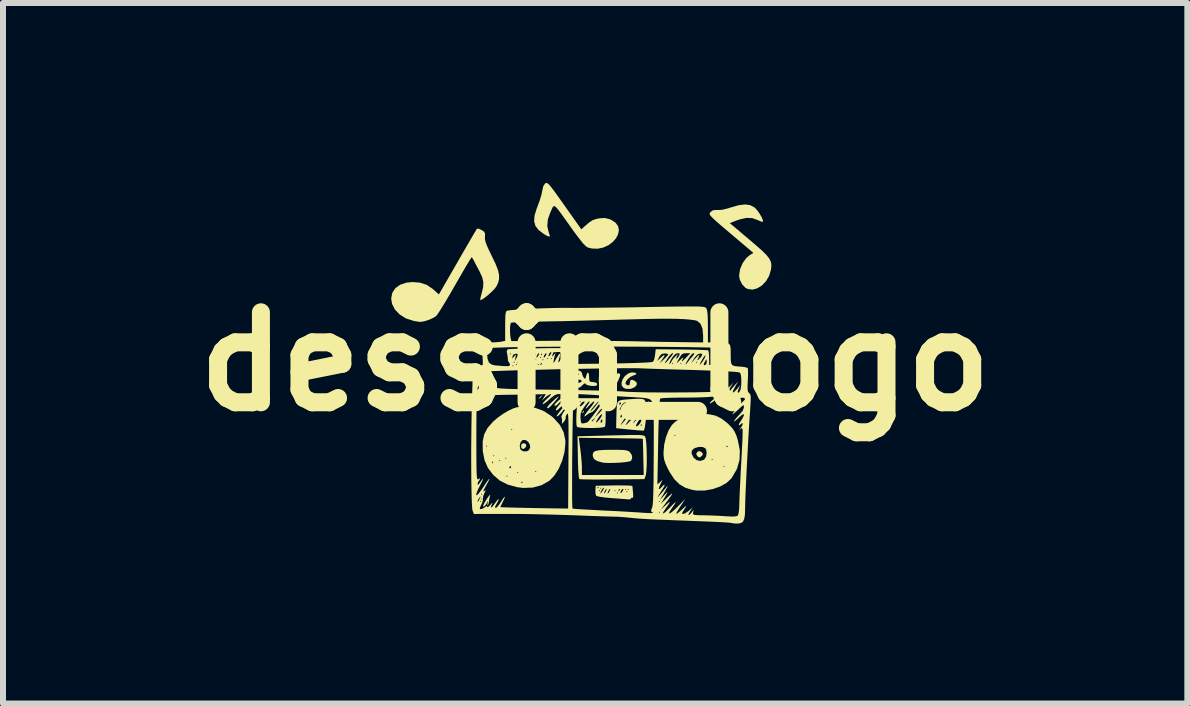
<source format=kicad_pcb>
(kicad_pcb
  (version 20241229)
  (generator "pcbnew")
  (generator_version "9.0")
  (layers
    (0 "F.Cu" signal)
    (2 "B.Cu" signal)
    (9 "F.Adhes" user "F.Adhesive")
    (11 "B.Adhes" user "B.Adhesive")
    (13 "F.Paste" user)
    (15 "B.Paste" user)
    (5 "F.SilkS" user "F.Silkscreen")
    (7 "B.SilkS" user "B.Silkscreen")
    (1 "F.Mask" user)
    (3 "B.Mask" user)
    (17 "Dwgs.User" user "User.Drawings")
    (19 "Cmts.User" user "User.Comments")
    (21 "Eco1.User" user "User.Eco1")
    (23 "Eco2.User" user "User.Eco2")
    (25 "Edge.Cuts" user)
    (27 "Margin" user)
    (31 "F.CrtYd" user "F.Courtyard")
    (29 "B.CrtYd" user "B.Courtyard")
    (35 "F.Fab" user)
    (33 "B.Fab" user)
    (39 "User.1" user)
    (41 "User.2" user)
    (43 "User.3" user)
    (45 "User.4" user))
  (footprint "dessin_logo"
    (layer "F.Cu")
    (at 6.871 2.978)
    (property "Reference" "dessin_logo" (at 0 0 0) (layer "F.SilkS") (effects (font (size 1.5 1.5) (thickness 0.3))))
    (attr board_only exclude_from_pos_files exclude_from_bom)
    (fp_poly (pts (xy 2.2 0.43) (xy 2.19 0.44) (xy 2.18 0.43) (xy 2.19 0.42)) (stroke (width 0) (type solid)) (fill yes) (layer "F.SilkS"))
    (fp_poly (pts (xy -0.886 0.571) (xy -0.897 0.585) (xy -0.927 0.616) (xy -0.94 0.616) (xy -0.94 0.612) (xy -0.926 0.596) (xy -0.905 0.577) (xy -0.881 0.56)) (stroke (width 0) (type solid)) (fill yes) (layer "F.SilkS"))
    (fp_poly (pts (xy -0.186 0.833) (xy -0.19 0.84) (xy -0.209 0.859) (xy -0.212 0.86) (xy -0.214 0.847) (xy -0.21 0.84) (xy -0.191 0.821) (xy -0.188 0.82)) (stroke (width 0) (type solid)) (fill yes) (layer "F.SilkS"))
    (fp_poly (pts (xy 2.134 0.433) (xy 2.13 0.44) (xy 2.111 0.459) (xy 2.108 0.46) (xy 2.106 0.447) (xy 2.11 0.44) (xy 2.129 0.421) (xy 2.132 0.42)) (stroke (width 0) (type solid)) (fill yes) (layer "F.SilkS"))
    (fp_poly (pts (xy -1.155 1.374) (xy -1.148 1.407) (xy -1.161 1.431) (xy -1.196 1.458) (xy -1.224 1.447) (xy -1.232 1.431) (xy -1.233 1.388) (xy -1.206 1.362) (xy -1.19 1.36)) (stroke (width 0) (type solid)) (fill yes) (layer "F.SilkS"))
    (fp_poly (pts (xy 2.115 0.629) (xy 2.099 0.651) (xy 2.063 0.677) (xy 2.054 0.683) (xy 2.024 0.697) (xy 2.024 0.691) (xy 2.048 0.663) (xy 2.082 0.632) (xy 2.104 0.62)) (stroke (width 0) (type solid)) (fill yes) (layer "F.SilkS"))
    (fp_poly (pts (xy -0.53 0.605) (xy -0.569 0.653) (xy -0.598 0.685) (xy -0.638 0.724) (xy -0.667 0.739) (xy -0.678 0.73) (xy -0.676 0.717) (xy -0.657 0.692) (xy -0.616 0.653) (xy -0.579 0.622) (xy -0.535 0.589) (xy -0.518 0.583)) (stroke (width 0) (type solid)) (fill yes) (layer "F.SilkS"))
    (fp_poly (pts (xy 1.76 1.5) (xy 1.77 1.508) (xy 1.796 1.533) (xy 1.789 1.559) (xy 1.782 1.568) (xy 1.748 1.597) (xy 1.718 1.589) (xy 1.699 1.569) (xy 1.684 1.538) (xy 1.702 1.509) (xy 1.703 1.509) (xy 1.73 1.49)) (stroke (width 0) (type solid)) (fill yes) (layer "F.SilkS"))
    (fp_poly (pts (xy -1.83 0.315) (xy -1.849 0.353) (xy -1.862 0.375) (xy -1.904 0.442) (xy -1.93 0.476) (xy -1.94 0.475) (xy -1.94 0.474) (xy -1.93 0.448) (xy -1.906 0.406) (xy -1.876 0.358) (xy -1.847 0.319) (xy -1.829 0.3) (xy -1.828 0.3)) (stroke (width 0) (type solid)) (fill yes) (layer "F.SilkS"))
    (fp_poly (pts (xy 0.093 0.217) (xy 0.106 0.26) (xy 0.113 0.312) (xy 0.114 0.358) (xy 0.106 0.382) (xy 0.08 0.391) (xy 0.074 0.387) (xy 0.064 0.36) (xy 0.06 0.313) (xy 0.062 0.26) (xy 0.068 0.218) (xy 0.078 0.2) (xy 0.078 0.2)) (stroke (width 0) (type solid)) (fill yes) (layer "F.SilkS"))
    (fp_poly (pts (xy -0.615 0.594) (xy -0.642 0.63) (xy -0.684 0.68) (xy -0.684 0.68) (xy -0.741 0.743) (xy -0.778 0.775) (xy -0.797 0.776) (xy -0.8 0.763) (xy -0.786 0.742) (xy -0.752 0.704) (xy -0.707 0.66) (xy -0.662 0.618) (xy -0.625 0.589) (xy -0.609 0.58)) (stroke (width 0) (type solid)) (fill yes) (layer "F.SilkS"))
    (fp_poly (pts (xy -1.75 2.229) (xy -1.75 2.23) (xy -1.763 2.281) (xy -1.769 2.325) (xy -1.778 2.371) (xy -1.789 2.395) (xy -1.797 2.39) (xy -1.792 2.36) (xy -1.784 2.328) (xy -1.789 2.329) (xy -1.809 2.364) (xy -1.81 2.365) (xy -1.837 2.403) (xy -1.861 2.42) (xy -1.861 2.42) (xy -1.867 2.405) (xy -1.853 2.369) (xy -1.851 2.365) (xy -1.822 2.315) (xy -1.792 2.269) (xy -1.766 2.234) (xy -1.75 2.219)) (stroke (width 0) (type solid)) (fill yes) (layer "F.SilkS"))
    (fp_poly (pts (xy 0.406 1.471) (xy 0.477 1.474) (xy 0.524 1.481) (xy 0.556 1.492) (xy 0.578 1.508) (xy 0.611 1.557) (xy 0.618 1.61) (xy 0.598 1.653) (xy 0.595 1.656) (xy 0.563 1.666) (xy 0.501 1.676) (xy 0.42 1.684) (xy 0.331 1.688) (xy 0.244 1.69) (xy 0.169 1.688) (xy 0.12 1.682) (xy 0.034 1.657) (xy -0.017 1.625) (xy -0.038 1.58) (xy -0.04 1.56) (xy -0.036 1.527) (xy -0.019 1.503) (xy 0.016 1.487) (xy 0.074 1.477) (xy 0.161 1.472) (xy 0.281 1.47) (xy 0.303 1.47)) (stroke (width 0) (type solid)) (fill yes) (layer "F.SilkS"))
    (fp_poly (pts (xy 0.392 0.193) (xy 0.412 0.205) (xy 0.418 0.224) (xy 0.408 0.259) (xy 0.382 0.322) (xy 0.379 0.327) (xy 0.348 0.389) (xy 0.323 0.415) (xy 0.298 0.408) (xy 0.273 0.379) (xy 0.246 0.353) (xy 0.231 0.359) (xy 0.201 0.378) (xy 0.187 0.38) (xy 0.167 0.372) (xy 0.164 0.343) (xy 0.169 0.305) (xy 0.186 0.24) (xy 0.205 0.213) (xy 0.229 0.226) (xy 0.249 0.258) (xy 0.272 0.299) (xy 0.288 0.32) (xy 0.29 0.32) (xy 0.303 0.304) (xy 0.325 0.264) (xy 0.331 0.251) (xy 0.362 0.204) (xy 0.391 0.193)) (stroke (width 0) (type solid)) (fill yes) (layer "F.SilkS"))
    (fp_poly (pts (xy 0.669 0.186) (xy 0.688 0.201) (xy 0.673 0.219) (xy 0.64 0.23) (xy 0.592 0.252) (xy 0.546 0.289) (xy 0.514 0.331) (xy 0.506 0.367) (xy 0.506 0.368) (xy 0.53 0.391) (xy 0.547 0.396) (xy 0.572 0.39) (xy 0.58 0.351) (xy 0.588 0.311) (xy 0.615 0.302) (xy 0.661 0.321) (xy 0.695 0.354) (xy 0.691 0.393) (xy 0.656 0.429) (xy 0.587 0.456) (xy 0.512 0.453) (xy 0.475 0.438) (xy 0.444 0.401) (xy 0.44 0.35) (xy 0.46 0.293) (xy 0.497 0.24) (xy 0.548 0.2) (xy 0.607 0.18) (xy 0.617 0.18)) (stroke (width 0) (type solid)) (fill yes) (layer "F.SilkS"))
    (fp_poly (pts (xy 0.716 1.223) (xy 0.765 1.226) (xy 0.798 1.23) (xy 0.817 1.237) (xy 0.83 1.247) (xy 0.834 1.252) (xy 0.844 1.285) (xy 0.852 1.35) (xy 0.857 1.436) (xy 0.86 1.536) (xy 0.861 1.64) (xy 0.859 1.739) (xy 0.854 1.824) (xy 0.846 1.886) (xy 0.841 1.908) (xy 0.821 1.959) (xy 0.289 1.964) (xy 0.146 1.965) (xy 0.017 1.966) (xy -0.094 1.965) (xy -0.182 1.963) (xy -0.24 1.961) (xy -0.263 1.958) (xy -0.27 1.935) (xy -0.276 1.878) (xy -0.282 1.793) (xy -0.286 1.687) (xy -0.288 1.596) (xy -0.293 1.27) (xy -0.272 1.27) (xy -0.247 1.46) (xy -0.235 1.56) (xy -0.226 1.662) (xy -0.221 1.748) (xy -0.221 1.77) (xy -0.22 1.89) (xy 0.295 1.89) (xy 0.81 1.89) (xy 0.803 1.59) (xy 0.801 1.485) (xy 0.798 1.396) (xy 0.796 1.329) (xy 0.794 1.292) (xy 0.793 1.286) (xy 0.772 1.285) (xy 0.717 1.283) (xy 0.633 1.281) (xy 0.524 1.28) (xy 0.396 1.278) (xy 0.258 1.276) (xy -0.272 1.27) (xy -0.293 1.27) (xy -0.293 1.245) (xy 0.257 1.231) (xy 0.421 1.227) (xy 0.548 1.224) (xy 0.645 1.223)) (stroke (width 0) (type solid)) (fill yes) (layer "F.SilkS"))
    (fp_poly (pts (xy 2.585 -2.608) (xy 2.656 -2.57) (xy 2.666 -2.561) (xy 2.705 -2.518) (xy 2.744 -2.463) (xy 2.776 -2.407) (xy 2.796 -2.359) (xy 2.798 -2.331) (xy 2.797 -2.33) (xy 2.775 -2.333) (xy 2.731 -2.35) (xy 2.709 -2.36) (xy 2.619 -2.392) (xy 2.523 -2.396) (xy 2.412 -2.371) (xy 2.364 -2.355) (xy 2.244 -2.309) (xy 2.571 -2.033) (xy 2.691 -1.931) (xy 2.783 -1.849) (xy 2.85 -1.783) (xy 2.896 -1.727) (xy 2.923 -1.679) (xy 2.936 -1.632) (xy 2.937 -1.583) (xy 2.931 -1.534) (xy 2.901 -1.431) (xy 2.849 -1.341) (xy 2.781 -1.27) (xy 2.704 -1.222) (xy 2.624 -1.2) (xy 2.546 -1.21) (xy 2.504 -1.231) (xy 2.448 -1.291) (xy 2.41 -1.371) (xy 2.4 -1.436) (xy 2.416 -1.54) (xy 2.459 -1.642) (xy 2.522 -1.729) (xy 2.582 -1.778) (xy 2.638 -1.812) (xy 2.3 -2.098) (xy 2.177 -2.203) (xy 2.081 -2.284) (xy 2.01 -2.347) (xy 1.96 -2.393) (xy 1.928 -2.426) (xy 1.912 -2.449) (xy 1.908 -2.466) (xy 1.913 -2.48) (xy 1.925 -2.494) (xy 1.928 -2.498) (xy 1.967 -2.524) (xy 2.024 -2.528) (xy 2.036 -2.527) (xy 2.113 -2.53) (xy 2.217 -2.555) (xy 2.259 -2.569) (xy 2.392 -2.607) (xy 2.499 -2.62)) (stroke (width 0) (type solid)) (fill yes) (layer "F.SilkS"))
    (fp_poly (pts (xy -0.264 0.151) (xy -0.229 0.173) (xy -0.219 0.195) (xy -0.207 0.239) (xy -0.191 0.266) (xy -0.172 0.288) (xy -0.16 0.279) (xy -0.15 0.241) (xy -0.134 0.193) (xy -0.117 0.183) (xy -0.104 0.209) (xy -0.1 0.26) (xy -0.098 0.311) (xy -0.085 0.334) (xy -0.053 0.34) (xy -0.041 0.34) (xy 0.006 0.348) (xy 0.034 0.367) (xy 0.033 0.389) (xy 0.023 0.398) (xy -0.013 0.407) (xy -0.064 0.405) (xy -0.115 0.396) (xy -0.152 0.381) (xy -0.16 0.369) (xy -0.171 0.361) (xy -0.202 0.384) (xy -0.209 0.391) (xy -0.248 0.426) (xy -0.279 0.436) (xy -0.32 0.425) (xy -0.335 0.419) (xy -0.36 0.405) (xy -0.372 0.381) (xy -0.374 0.336) (xy -0.373 0.322) (xy -0.329 0.322) (xy -0.327 0.331) (xy -0.301 0.353) (xy -0.262 0.354) (xy -0.23 0.335) (xy -0.225 0.325) (xy -0.235 0.306) (xy -0.278 0.3) (xy -0.32 0.305) (xy -0.329 0.322) (xy -0.373 0.322) (xy -0.371 0.288) (xy -0.364 0.223) (xy -0.363 0.22) (xy -0.34 0.22) (xy -0.327 0.239) (xy -0.291 0.227) (xy -0.28 0.22) (xy -0.264 0.205) (xy -0.284 0.201) (xy -0.295 0.2) (xy -0.33 0.208) (xy -0.34 0.22) (xy -0.363 0.22) (xy -0.352 0.173) (xy -0.343 0.155) (xy -0.308 0.143)) (stroke (width 0) (type solid)) (fill yes) (layer "F.SilkS"))
    (fp_poly (pts (xy -0.801 -2.976) (xy -0.781 -2.963) (xy -0.754 -2.935) (xy -0.716 -2.887) (xy -0.664 -2.818) (xy -0.596 -2.722) (xy -0.51 -2.601) (xy -0.23 -2.205) (xy -0.157 -2.271) (xy -0.091 -2.326) (xy -0.036 -2.36) (xy 0.024 -2.379) (xy 0.083 -2.39) (xy 0.163 -2.394) (xy 0.238 -2.375) (xy 0.264 -2.365) (xy 0.34 -2.316) (xy 0.383 -2.257) (xy 0.396 -2.19) (xy 0.382 -2.121) (xy 0.346 -2.053) (xy 0.29 -1.991) (xy 0.219 -1.939) (xy 0.135 -1.901) (xy 0.043 -1.882) (xy -0.054 -1.885) (xy -0.125 -1.903) (xy -0.158 -1.926) (xy -0.206 -1.976) (xy -0.27 -2.056) (xy -0.353 -2.167) (xy -0.403 -2.237) (xy -0.491 -2.361) (xy -0.559 -2.456) (xy -0.609 -2.523) (xy -0.645 -2.567) (xy -0.671 -2.589) (xy -0.69 -2.592) (xy -0.705 -2.578) (xy -0.719 -2.55) (xy -0.736 -2.511) (xy -0.743 -2.498) (xy -0.788 -2.372) (xy -0.798 -2.259) (xy -0.773 -2.153) (xy -0.771 -2.149) (xy -0.756 -2.103) (xy -0.762 -2.084) (xy -0.793 -2.091) (xy -0.852 -2.125) (xy -0.858 -2.129) (xy -0.942 -2.193) (xy -0.995 -2.261) (xy -1.017 -2.34) (xy -1.01 -2.435) (xy -0.974 -2.552) (xy -0.957 -2.597) (xy -0.925 -2.683) (xy -0.898 -2.771) (xy -0.883 -2.841) (xy -0.882 -2.848) (xy -0.864 -2.926) (xy -0.833 -2.97) (xy -0.83 -2.972) (xy -0.816 -2.978)) (stroke (width 0) (type solid)) (fill yes) (layer "F.SilkS"))
    (fp_poly (pts (xy -1.938 -2.215) (xy -1.895 -2.194) (xy -1.852 -2.167) (xy -1.836 -2.136) (xy -1.836 -2.084) (xy -1.837 -2.081) (xy -1.837 -2.041) (xy -1.827 -1.996) (xy -1.806 -1.938) (xy -1.771 -1.859) (xy -1.722 -1.759) (xy -1.661 -1.632) (xy -1.621 -1.53) (xy -1.602 -1.448) (xy -1.601 -1.378) (xy -1.618 -1.312) (xy -1.645 -1.255) (xy -1.675 -1.215) (xy -1.721 -1.167) (xy -1.776 -1.117) (xy -1.831 -1.072) (xy -1.878 -1.04) (xy -1.909 -1.026) (xy -1.915 -1.028) (xy -1.914 -1.05) (xy -1.903 -1.098) (xy -1.891 -1.142) (xy -1.867 -1.241) (xy -1.864 -1.324) (xy -1.882 -1.405) (xy -1.925 -1.499) (xy -1.933 -1.514) (xy -1.971 -1.586) (xy -2.004 -1.649) (xy -2.026 -1.692) (xy -2.028 -1.695) (xy -2.048 -1.729) (xy -2.06 -1.739) (xy -2.072 -1.722) (xy -2.101 -1.675) (xy -2.145 -1.602) (xy -2.2 -1.508) (xy -2.264 -1.397) (xy -2.335 -1.274) (xy -2.336 -1.272) (xy -2.409 -1.145) (xy -2.477 -1.029) (xy -2.539 -0.927) (xy -2.59 -0.845) (xy -2.628 -0.788) (xy -2.649 -0.761) (xy -2.698 -0.729) (xy -2.769 -0.697) (xy -2.844 -0.673) (xy -2.907 -0.662) (xy -2.918 -0.662) (xy -2.957 -0.667) (xy -3.016 -0.677) (xy -3.033 -0.681) (xy -3.154 -0.72) (xy -3.257 -0.784) (xy -3.336 -0.866) (xy -3.385 -0.961) (xy -3.4 -1.051) (xy -3.382 -1.146) (xy -3.33 -1.224) (xy -3.249 -1.282) (xy -3.143 -1.317) (xy -3.04 -1.326) (xy -2.913 -1.315) (xy -2.807 -1.279) (xy -2.709 -1.213) (xy -2.685 -1.192) (xy -2.605 -1.12) (xy -2.302 -1.645) (xy -2.226 -1.778) (xy -2.155 -1.9) (xy -2.093 -2.007) (xy -2.042 -2.095) (xy -2.004 -2.159) (xy -1.983 -2.195) (xy -1.98 -2.2) (xy -1.963 -2.217)) (stroke (width 0) (type solid)) (fill yes) (layer "F.SilkS"))
    (fp_poly (pts (xy 1.895 0.877) (xy 2.004 0.9) (xy 2.099 0.945) (xy 2.193 1.016) (xy 2.237 1.057) (xy 2.29 1.114) (xy 2.326 1.169) (xy 2.356 1.237) (xy 2.378 1.308) (xy 2.412 1.479) (xy 2.407 1.638) (xy 2.364 1.789) (xy 2.282 1.931) (xy 2.269 1.95) (xy 2.191 2.022) (xy 2.085 2.082) (xy 1.96 2.125) (xy 1.827 2.149) (xy 1.695 2.15) (xy 1.627 2.14) (xy 1.506 2.104) (xy 1.407 2.046) (xy 1.322 1.963) (xy 1.245 1.847) (xy 1.212 1.785) (xy 1.196 1.75) (xy 2.14 1.75) (xy 2.15 1.76) (xy 2.16 1.75) (xy 2.15 1.74) (xy 2.14 1.75) (xy 1.196 1.75) (xy 1.173 1.701) (xy 1.151 1.634) (xy 1.141 1.567) (xy 1.141 1.532) (xy 1.608 1.532) (xy 1.61 1.537) (xy 1.641 1.601) (xy 1.691 1.642) (xy 1.751 1.656) (xy 1.809 1.638) (xy 1.819 1.63) (xy 1.94 1.63) (xy 1.95 1.64) (xy 1.96 1.63) (xy 1.95 1.62) (xy 1.94 1.63) (xy 1.819 1.63) (xy 1.823 1.627) (xy 1.85 1.582) (xy 1.859 1.522) (xy 1.85 1.466) (xy 1.836 1.444) (xy 1.792 1.424) (xy 1.73 1.422) (xy 1.668 1.439) (xy 1.643 1.452) (xy 1.61 1.487) (xy 1.608 1.532) (xy 1.141 1.532) (xy 1.14 1.513) (xy 1.149 1.407) (xy 2.187 1.407) (xy 2.189 1.419) (xy 2.2 1.42) (xy 2.216 1.413) (xy 2.213 1.407) (xy 2.19 1.404) (xy 2.187 1.407) (xy 1.149 1.407) (xy 1.151 1.385) (xy 1.181 1.257) (xy 1.192 1.23) (xy 1.32 1.23) (xy 1.33 1.24) (xy 1.34 1.23) (xy 1.33 1.22) (xy 1.32 1.23) (xy 1.192 1.23) (xy 1.226 1.142) (xy 1.28 1.056) (xy 1.332 1.006) (xy 1.404 0.955) (xy 1.455 0.926) (xy 1.516 0.899) (xy 1.57 0.882) (xy 1.631 0.873) (xy 1.712 0.87) (xy 1.76 0.87)) (stroke (width 0) (type solid)) (fill yes) (layer "F.SilkS"))
    (fp_poly (pts (xy -1.158 0.753) (xy -0.999 0.771) (xy -0.858 0.823) (xy -0.726 0.91) (xy -0.69 0.942) (xy -0.588 1.056) (xy -0.525 1.178) (xy -0.497 1.311) (xy -0.496 1.36) (xy -0.51 1.505) (xy -0.549 1.651) (xy -0.607 1.786) (xy -0.68 1.901) (xy -0.764 1.987) (xy -0.764 1.987) (xy -0.892 2.06) (xy -1.039 2.1) (xy -1.201 2.106) (xy -1.3 2.093) (xy -1.46 2.049) (xy -1.542 2.007) (xy -1.233 2.007) (xy -1.231 2.019) (xy -1.22 2.02) (xy -1.204 2.013) (xy -1.207 2.007) (xy -1.23 2.004) (xy -1.233 2.007) (xy -1.542 2.007) (xy -1.593 1.981) (xy -1.674 1.91) (xy -1.48 1.91) (xy -1.47 1.92) (xy -1.46 1.91) (xy -1.47 1.9) (xy -1.48 1.91) (xy -1.674 1.91) (xy -1.7 1.888) (xy -1.729 1.85) (xy -1.3 1.85) (xy -1.29 1.86) (xy -1.28 1.85) (xy -1.29 1.84) (xy -1.3 1.85) (xy -1.729 1.85) (xy -1.744 1.83) (xy -1 1.83) (xy -0.99 1.84) (xy -0.98 1.83) (xy -0.99 1.82) (xy -1 1.83) (xy -1.744 1.83) (xy -1.787 1.772) (xy -1.793 1.76) (xy -1.43 1.76) (xy -1.428 1.778) (xy -1.421 1.78) (xy -1.401 1.765) (xy -1.4 1.76) (xy -1.407 1.741) (xy -1.409 1.74) (xy -1.426 1.754) (xy -1.43 1.76) (xy -1.793 1.76) (xy -1.828 1.68) (xy -1.72 1.68) (xy -1.713 1.696) (xy -1.707 1.693) (xy -1.704 1.67) (xy -1.707 1.667) (xy -1.719 1.669) (xy -1.72 1.68) (xy -1.828 1.68) (xy -1.842 1.65) (xy -1.6 1.65) (xy -1.59 1.66) (xy -1.58 1.65) (xy -1.59 1.64) (xy -1.6 1.65) (xy -1.842 1.65) (xy -1.843 1.647) (xy -1.85 1.61) (xy -1.5 1.61) (xy -1.49 1.62) (xy -1.48 1.61) (xy -1.49 1.6) (xy -1.5 1.61) (xy -1.85 1.61) (xy -1.858 1.57) (xy -1.7 1.57) (xy -1.69 1.58) (xy -1.68 1.57) (xy -1.69 1.56) (xy -1.7 1.57) (xy -1.858 1.57) (xy -1.872 1.5) (xy -1.874 1.471) (xy -1.874 1.41) (xy -1.82 1.41) (xy -1.81 1.42) (xy -1.8 1.41) (xy -1.803 1.407) (xy -1.257 1.407) (xy -1.247 1.459) (xy -1.239 1.471) (xy -1.196 1.496) (xy -1.142 1.496) (xy -1.104 1.476) (xy -1.083 1.433) (xy -1.089 1.384) (xy -1.115 1.339) (xy -1.154 1.31) (xy -1.198 1.305) (xy -1.217 1.313) (xy -1.246 1.352) (xy -1.257 1.407) (xy -1.803 1.407) (xy -1.81 1.4) (xy -1.82 1.41) (xy -1.874 1.41) (xy -1.875 1.33) (xy -1.849 1.212) (xy -1.806 1.13) (xy -1.4 1.13) (xy -1.39 1.14) (xy -1.38 1.13) (xy -1.39 1.12) (xy -1.4 1.13) (xy -1.806 1.13) (xy -1.794 1.107) (xy -1.705 1.005) (xy -1.701 1) (xy -1.622 0.933) (xy -1.529 0.867) (xy -1.449 0.82) (xy -1.372 0.783) (xy -1.311 0.763) (xy -1.247 0.754) (xy -1.164 0.753)) (stroke (width 0) (type solid)) (fill yes) (layer "F.SilkS"))
    (fp_poly (pts (xy 0.51 2.065) (xy 0.578 2.067) (xy 0.615 2.072) (xy 0.621 2.074) (xy 0.624 2.102) (xy 0.629 2.155) (xy 0.632 2.187) (xy 0.635 2.248) (xy 0.627 2.272) (xy 0.621 2.27) (xy 0.602 2.271) (xy 0.6 2.279) (xy 0.584 2.295) (xy 0.565 2.297) (xy 0.532 2.295) (xy 0.469 2.29) (xy 0.383 2.283) (xy 0.285 2.276) (xy 0.28 2.276) (xy 0.171 2.266) (xy 0.087 2.255) (xy 0.033 2.243) (xy 0.015 2.234) (xy 0.006 2.2) (xy 0.088 2.2) (xy 0.097 2.191) (xy 0.147 2.191) (xy 0.149 2.2) (xy 0.158 2.191) (xy 0.207 2.191) (xy 0.209 2.2) (xy 0.219 2.19) (xy 0.36 2.19) (xy 0.37 2.2) (xy 0.38 2.19) (xy 0.421 2.19) (xy 0.431 2.192) (xy 0.45 2.171) (xy 0.451 2.17) (xy 0.52 2.17) (xy 0.53 2.18) (xy 0.54 2.17) (xy 0.53 2.16) (xy 0.52 2.17) (xy 0.451 2.17) (xy 0.469 2.138) (xy 0.469 2.13) (xy 0.5 2.13) (xy 0.51 2.14) (xy 0.52 2.13) (xy 0.54 2.13) (xy 0.55 2.14) (xy 0.56 2.13) (xy 0.55 2.12) (xy 0.54 2.13) (xy 0.52 2.13) (xy 0.51 2.12) (xy 0.5 2.13) (xy 0.469 2.13) (xy 0.469 2.122) (xy 0.452 2.126) (xy 0.432 2.153) (xy 0.421 2.185) (xy 0.421 2.19) (xy 0.38 2.19) (xy 0.37 2.18) (xy 0.36 2.19) (xy 0.219 2.19) (xy 0.225 2.185) (xy 0.24 2.16) (xy 0.244 2.15) (xy 0.32 2.15) (xy 0.33 2.16) (xy 0.331 2.159) (xy 0.385 2.159) (xy 0.388 2.16) (xy 0.406 2.146) (xy 0.41 2.14) (xy 0.415 2.121) (xy 0.412 2.12) (xy 0.394 2.134) (xy 0.39 2.14) (xy 0.385 2.159) (xy 0.331 2.159) (xy 0.34 2.15) (xy 0.33 2.14) (xy 0.32 2.15) (xy 0.244 2.15) (xy 0.253 2.129) (xy 0.251 2.12) (xy 0.235 2.135) (xy 0.22 2.16) (xy 0.207 2.191) (xy 0.158 2.191) (xy 0.165 2.185) (xy 0.18 2.16) (xy 0.193 2.129) (xy 0.191 2.12) (xy 0.175 2.135) (xy 0.16 2.16) (xy 0.147 2.191) (xy 0.097 2.191) (xy 0.103 2.185) (xy 0.128 2.15) (xy 0.146 2.115) (xy 0.144 2.1) (xy 0.144 2.1) (xy 0.124 2.116) (xy 0.104 2.15) (xy 0.089 2.186) (xy 0.088 2.2) (xy 0.006 2.2) (xy 0.006 2.199) (xy 0.005 2.15) (xy 0.06 2.15) (xy 0.07 2.16) (xy 0.08 2.15) (xy 0.07 2.14) (xy 0.06 2.15) (xy 0.005 2.15) (xy 0.004 2.146) (xy 0.005 2.14) (xy 0.008 2.1) (xy 0.04 2.1) (xy 0.047 2.116) (xy 0.053 2.113) (xy 0.054 2.11) (xy 0.08 2.11) (xy 0.09 2.12) (xy 0.1 2.11) (xy 0.09 2.1) (xy 0.08 2.11) (xy 0.054 2.11) (xy 0.056 2.09) (xy 0.053 2.087) (xy 0.041 2.089) (xy 0.04 2.1) (xy 0.008 2.1) (xy 0.01 2.07) (xy 0.315 2.064) (xy 0.42 2.064)) (stroke (width 0) (type solid)) (fill yes) (layer "F.SilkS"))
    (fp_poly (pts (xy 0.176 0.838) (xy 0.176 0.931) (xy 0.174 1.009) (xy 0.169 1.063) (xy 0.163 1.085) (xy 0.134 1.095) (xy 0.076 1.102) (xy -0.001 1.106) (xy -0.086 1.107) (xy -0.17 1.105) (xy -0.241 1.101) (xy -0.289 1.093) (xy -0.303 1.086) (xy -0.311 1.054) (xy -0.314 0.987) (xy -0.313 0.924) (xy -0.245 0.924) (xy -0.243 0.947) (xy -0.237 1.003) (xy -0.227 1.028) (xy -0.204 1.031) (xy -0.183 1.027) (xy -0.143 1.017) (xy -0.14 1.016) (xy 0.015 1.016) (xy 0.016 1.016) (xy 0.092 1.016) (xy 0.101 1.02) (xy 0.118 1.004) (xy 0.12 0.99) (xy 0.116 0.963) (xy 0.112 0.96) (xy 0.099 0.976) (xy 0.093 0.99) (xy 0.092 1.016) (xy 0.016 1.016) (xy 0.031 1.009) (xy 0.068 0.969) (xy 0.077 0.959) (xy 0.105 0.915) (xy 0.116 0.882) (xy 0.116 0.878) (xy 0.102 0.879) (xy 0.075 0.909) (xy 0.054 0.938) (xy 0.022 0.992) (xy 0.015 1.016) (xy -0.14 1.016) (xy -0.127 1.012) (xy -0.109 0.992) (xy -0.06 0.992) (xy -0.05 0.998) (xy -0.024 0.973) (xy -0.017 0.965) (xy -0.000152 0.941) (xy -0.011 0.946) (xy -0.025 0.957) (xy -0.053 0.982) (xy -0.06 0.992) (xy -0.109 0.992) (xy -0.104 0.987) (xy -0.066 0.939) (xy -0.059 0.93) (xy -0.006 0.93) (xy 0.059 0.867) (xy 0.097 0.825) (xy 0.117 0.792) (xy 0.117 0.784) (xy 0.103 0.786) (xy 0.075 0.816) (xy 0.052 0.846) (xy -0.006 0.93) (xy -0.059 0.93) (xy -0.02 0.879) (xy 0.028 0.814) (xy 0.071 0.753) (xy 0.104 0.705) (xy 0.119 0.677) (xy 0.119 0.675) (xy 0.108 0.672) (xy 0.08 0.695) (xy 0.041 0.738) (xy -0.002 0.795) (xy -0.006 0.8) (xy -0.04 0.835) (xy -0.067 0.847) (xy -0.105 0.864) (xy -0.139 0.889) (xy -0.171 0.914) (xy -0.18 0.911) (xy -0.168 0.886) (xy -0.138 0.841) (xy -0.126 0.827) (xy -0.079 0.827) (xy -0.068 0.823) (xy -0.039 0.794) (xy -0.01 0.76) (xy 0.029 0.711) (xy 0.054 0.675) (xy 0.06 0.663) (xy 0.049 0.668) (xy 0.022 0.695) (xy -0.012 0.734) (xy -0.046 0.776) (xy -0.071 0.81) (xy -0.079 0.827) (xy -0.126 0.827) (xy -0.09 0.782) (xy -0.089 0.781) (xy -0.042 0.721) (xy -0.017 0.68) (xy -0.014 0.662) (xy -0.032 0.668) (xy -0.072 0.704) (xy -0.092 0.725) (xy -0.136 0.771) (xy -0.157 0.786) (xy -0.153 0.77) (xy -0.124 0.725) (xy -0.119 0.718) (xy -0.096 0.68) (xy -0.093 0.661) (xy -0.096 0.66) (xy -0.116 0.675) (xy -0.151 0.714) (xy -0.183 0.757) (xy -0.222 0.82) (xy -0.241 0.869) (xy -0.245 0.924) (xy -0.313 0.924) (xy -0.312 0.889) (xy -0.309 0.836) (xy -0.303 0.734) (xy -0.256 0.734) (xy -0.255 0.75) (xy -0.228 0.735) (xy -0.209 0.719) (xy -0.18 0.685) (xy -0.177 0.665) (xy -0.18 0.663) (xy -0.208 0.671) (xy -0.231 0.693) (xy -0.256 0.734) (xy -0.303 0.734) (xy -0.299 0.67) (xy -0.26 0.67) (xy -0.25 0.68) (xy -0.24 0.67) (xy -0.25 0.66) (xy -0.26 0.67) (xy -0.299 0.67) (xy -0.295 0.61) (xy -0.063 0.61) (xy 0.17 0.61)) (stroke (width 0) (type solid)) (fill yes) (layer "F.SilkS"))
    (fp_poly (pts (xy 0.786 0.623) (xy 0.819 0.634) (xy 0.833 0.657) (xy 0.834 0.66) (xy 0.847 0.688) (xy 0.87 0.68) (xy 0.876 0.675) (xy 0.898 0.66) (xy 0.893 0.673) (xy 0.889 0.68) (xy 0.879 0.711) (xy 0.868 0.773) (xy 0.858 0.855) (xy 0.85 0.928) (xy 0.84 1.017) (xy 0.829 1.089) (xy 0.818 1.136) (xy 0.81 1.15) (xy 0.783 1.15) (xy 0.725 1.146) (xy 0.646 1.139) (xy 0.57 1.132) (xy 0.35 1.11) (xy 0.351 1.078) (xy 0.682 1.078) (xy 0.689 1.08) (xy 0.718 1.065) (xy 0.722 1.06) (xy 0.76 1.06) (xy 0.767 1.076) (xy 0.773 1.073) (xy 0.776 1.05) (xy 0.773 1.047) (xy 0.761 1.049) (xy 0.76 1.06) (xy 0.722 1.06) (xy 0.749 1.029) (xy 0.771 0.982) (xy 0.776 0.946) (xy 0.763 0.94) (xy 0.735 0.97) (xy 0.716 0.998) (xy 0.685 1.052) (xy 0.682 1.078) (xy 0.351 1.078) (xy 0.351 1.057) (xy 0.508 1.057) (xy 0.52 1.051) (xy 0.545 1.028) (xy 0.631 1.028) (xy 0.639 1.024) (xy 0.661 1) (xy 0.707 0.947) (xy 0.745 0.897) (xy 0.755 0.884) (xy 0.775 0.849) (xy 0.778 0.831) (xy 0.764 0.843) (xy 0.733 0.88) (xy 0.692 0.935) (xy 0.684 0.947) (xy 0.646 1.003) (xy 0.631 1.028) (xy 0.545 1.028) (xy 0.552 1.022) (xy 0.6 0.97) (xy 0.657 0.906) (xy 0.71 0.84) (xy 0.752 0.782) (xy 0.776 0.741) (xy 0.78 0.729) (xy 0.769 0.726) (xy 0.737 0.755) (xy 0.687 0.813) (xy 0.618 0.899) (xy 0.552 0.988) (xy 0.518 1.036) (xy 0.508 1.057) (xy 0.351 1.057) (xy 0.351 1.052) (xy 0.427 1.052) (xy 0.431 1.054) (xy 0.459 1.023) (xy 0.511 0.961) (xy 0.587 0.867) (xy 0.598 0.853) (xy 0.65 0.787) (xy 0.689 0.732) (xy 0.71 0.696) (xy 0.713 0.686) (xy 0.697 0.682) (xy 0.673 0.699) (xy 0.637 0.74) (xy 0.586 0.81) (xy 0.555 0.856) (xy 0.489 0.953) (xy 0.446 1.018) (xy 0.427 1.052) (xy 0.351 1.052) (xy 0.354 0.924) (xy 0.42 0.924) (xy 0.428 0.936) (xy 0.436 0.929) (xy 0.457 0.905) (xy 0.495 0.86) (xy 0.543 0.802) (xy 0.549 0.795) (xy 0.596 0.736) (xy 0.62 0.701) (xy 0.621 0.684) (xy 0.605 0.68) (xy 0.576 0.696) (xy 0.536 0.736) (xy 0.492 0.79) (xy 0.453 0.847) (xy 0.427 0.898) (xy 0.42 0.924) (xy 0.354 0.924) (xy 0.354 0.92) (xy 0.357 0.811) (xy 0.406 0.811) (xy 0.422 0.803) (xy 0.457 0.771) (xy 0.496 0.732) (xy 0.518 0.702) (xy 0.52 0.696) (xy 0.509 0.678) (xy 0.483 0.686) (xy 0.453 0.712) (xy 0.439 0.735) (xy 0.413 0.789) (xy 0.406 0.811) (xy 0.357 0.811) (xy 0.357 0.811) (xy 0.362 0.736) (xy 0.37 0.7) (xy 0.4 0.7) (xy 0.407 0.719) (xy 0.409 0.72) (xy 0.426 0.706) (xy 0.43 0.7) (xy 0.428 0.682) (xy 0.421 0.68) (xy 0.401 0.695) (xy 0.4 0.7) (xy 0.37 0.7) (xy 0.372 0.687) (xy 0.391 0.659) (xy 0.423 0.644) (xy 0.469 0.636) (xy 0.503 0.633) (xy 0.59 0.626) (xy 0.679 0.621) (xy 0.725 0.62)) (stroke (width 0) (type solid)) (fill yes) (layer "F.SilkS"))
    (fp_poly (pts (xy 1.699 -0.919) (xy 1.755 -0.917) (xy 1.794 -0.913) (xy 1.821 -0.909) (xy 1.837 -0.903) (xy 1.848 -0.896) (xy 1.853 -0.889) (xy 1.865 -0.858) (xy 1.874 -0.801) (xy 1.878 -0.713) (xy 1.88 -0.591) (xy 1.88 -0.586) (xy 1.88 -0.32) (xy 2.025 -0.32) (xy 2.125 -0.319) (xy 2.192 -0.313) (xy 2.232 -0.297) (xy 2.252 -0.265) (xy 2.259 -0.21) (xy 2.26 -0.128) (xy 2.26 -0.119) (xy 2.261 -0.03) (xy 2.267 0.026) (xy 2.285 0.058) (xy 2.321 0.074) (xy 2.383 0.081) (xy 2.43 0.084) (xy 2.49 0.091) (xy 2.533 0.102) (xy 2.543 0.108) (xy 2.548 0.135) (xy 2.549 0.192) (xy 2.547 0.269) (xy 2.545 0.314) (xy 2.541 0.404) (xy 2.541 0.462) (xy 2.547 0.498) (xy 2.56 0.519) (xy 2.568 0.526) (xy 2.581 0.539) (xy 2.59 0.559) (xy 2.594 0.592) (xy 2.593 0.646) (xy 2.589 0.725) (xy 2.582 0.838) (xy 2.581 0.851) (xy 2.572 0.984) (xy 2.562 1.137) (xy 2.552 1.306) (xy 2.543 1.482) (xy 2.533 1.662) (xy 2.524 1.837) (xy 2.516 2.003) (xy 2.509 2.153) (xy 2.504 2.281) (xy 2.501 2.381) (xy 2.5 2.444) (xy 2.497 2.551) (xy 2.485 2.625) (xy 2.462 2.67) (xy 2.425 2.693) (xy 2.371 2.7) (xy 2.37 2.7) (xy 2.316 2.698) (xy 2.281 2.692) (xy 2.277 2.69) (xy 2.255 2.687) (xy 2.198 2.682) (xy 2.112 2.677) (xy 2.002 2.671) (xy 1.872 2.666) (xy 1.729 2.66) (xy 1.718 2.66) (xy 1.491 2.651) (xy 1.3 2.644) (xy 1.141 2.637) (xy 1.009 2.632) (xy 0.901 2.627) (xy 0.812 2.622) (xy 0.738 2.617) (xy 0.675 2.612) (xy 0.62 2.607) (xy 0.57 2.602) (xy 0.486 2.594) (xy 0.409 2.588) (xy 0.355 2.585) (xy 0.35 2.585) (xy 0.316 2.585) (xy 0.247 2.583) (xy 0.148 2.58) (xy 0.026 2.576) (xy -0.114 2.571) (xy -0.267 2.565) (xy -0.34 2.562) (xy -0.53 2.556) (xy -0.737 2.55) (xy -0.951 2.545) (xy -1.159 2.541) (xy -1.35 2.539) (xy -1.496 2.539) (xy -2.021 2.54) (xy -2.043 2.485) (xy -2.049 2.449) (xy -2.054 2.379) (xy -2.056 2.327) (xy -1.96 2.327) (xy -1.956 2.34) (xy -1.949 2.33) (xy -1.92 2.33) (xy -1.91 2.34) (xy -1.9 2.33) (xy -1.91 2.32) (xy -1.92 2.33) (xy -1.949 2.33) (xy -1.943 2.322) (xy -1.927 2.29) (xy -1.9 2.29) (xy -1.89 2.3) (xy -1.88 2.29) (xy -1.89 2.28) (xy -1.9 2.29) (xy -1.927 2.29) (xy -1.922 2.28) (xy -1.907 2.247) (xy -1.911 2.247) (xy -1.929 2.269) (xy -1.953 2.306) (xy -1.96 2.327) (xy -2.056 2.327) (xy -2.058 2.277) (xy -2.059 2.226) (xy -1.982 2.226) (xy -1.967 2.226) (xy -1.952 2.21) (xy -1.9 2.21) (xy -1.89 2.22) (xy -1.88 2.21) (xy -1.89 2.2) (xy -1.9 2.21) (xy -1.952 2.21) (xy -1.935 2.191) (xy -1.885 2.122) (xy -1.87 2.1) (xy -1.817 2.02) (xy -1.781 1.97) (xy -1.763 1.952) (xy -1.765 1.966) (xy -1.788 2.012) (xy -1.824 2.078) (xy -1.856 2.137) (xy -1.865 2.164) (xy -1.852 2.161) (xy -1.851 2.16) (xy -1.828 2.143) (xy -1.825 2.148) (xy -1.841 2.183) (xy -1.847 2.194) (xy -1.866 2.243) (xy -1.87 2.281) (xy -1.87 2.284) (xy -1.872 2.317) (xy -1.889 2.368) (xy -1.898 2.385) (xy -1.92 2.432) (xy -1.922 2.454) (xy -1.907 2.46) (xy -1.904 2.46) (xy -1.866 2.447) (xy -1.837 2.427) (xy -1.809 2.407) (xy -1.8 2.416) (xy -1.8 2.422) (xy -1.789 2.427) (xy -1.761 2.404) (xy -1.749 2.39) (xy -1.719 2.357) (xy -1.711 2.354) (xy -1.721 2.377) (xy -1.737 2.419) (xy -1.732 2.432) (xy -1.71 2.416) (xy -1.676 2.372) (xy -1.669 2.361) (xy -1.631 2.309) (xy -1.609 2.289) (xy -1.608 2.301) (xy -1.628 2.345) (xy -1.641 2.367) (xy -1.666 2.415) (xy -1.666 2.437) (xy -1.657 2.44) (xy -1.633 2.423) (xy -1.598 2.382) (xy -1.571 2.34) (xy -1.533 2.28) (xy -1.51 2.253) (xy -1.505 2.258) (xy -1.519 2.296) (xy -1.539 2.337) (xy -1.563 2.387) (xy -1.578 2.419) (xy -1.58 2.425) (xy -1.561 2.427) (xy -1.506 2.43) (xy -1.42 2.432) (xy -1.307 2.435) (xy -1.172 2.438) (xy -1.019 2.441) (xy -0.852 2.444) (xy -0.676 2.447) (xy -0.57 2.448) (xy -0.45 2.45) (xy -0.448 2.111) (xy -0.384 2.111) (xy -0.384 2.235) (xy -0.383 2.334) (xy -0.381 2.406) (xy -0.378 2.445) (xy -0.377 2.45) (xy -0.355 2.453) (xy -0.3 2.458) (xy -0.215 2.463) (xy -0.107 2.469) (xy 0.018 2.476) (xy 0.111 2.481) (xy 0.258 2.488) (xy 0.403 2.495) (xy 0.538 2.503) (xy 0.653 2.51) (xy 0.742 2.515) (xy 0.77 2.518) (xy 0.87 2.524) (xy 0.936 2.525) (xy 0.965 2.52) (xy 0.956 2.51) (xy 1.06 2.51) (xy 1.07 2.52) (xy 1.08 2.51) (xy 1.07 2.5) (xy 1.06 2.51) (xy 0.956 2.51) (xy 0.956 2.51) (xy 0.945 2.506) (xy 0.931 2.491) (xy 0.94 2.458) (xy 0.947 2.443) (xy 0.954 2.421) (xy 0.96 2.382) (xy 0.964 2.33) (xy 1.06 2.33) (xy 1.07 2.34) (xy 1.08 2.33) (xy 1.07 2.32) (xy 1.06 2.33) (xy 0.964 2.33) (xy 0.965 2.323) (xy 0.967 2.27) (xy 1.035 2.27) (xy 1.083 2.218) (xy 1.13 2.164) (xy 1.176 2.108) (xy 1.203 2.074) (xy 1.21 2.07) (xy 1.199 2.097) (xy 1.197 2.1) (xy 1.172 2.149) (xy 1.138 2.21) (xy 1.126 2.23) (xy 1.078 2.31) (xy 1.151 2.23) (xy 1.189 2.19) (xy 1.206 2.176) (xy 1.202 2.191) (xy 1.176 2.237) (xy 1.144 2.29) (xy 1.095 2.37) (xy 1.201 2.27) (xy 1.252 2.222) (xy 1.28 2.2) (xy 1.284 2.206) (xy 1.263 2.24) (xy 1.218 2.303) (xy 1.183 2.35) (xy 1.094 2.47) (xy 1.18 2.39) (xy 1.225 2.35) (xy 1.245 2.337) (xy 1.241 2.352) (xy 1.213 2.396) (xy 1.176 2.448) (xy 1.14 2.503) (xy 1.129 2.53) (xy 1.143 2.529) (xy 1.179 2.501) (xy 1.235 2.445) (xy 1.251 2.428) (xy 1.307 2.371) (xy 1.338 2.343) (xy 1.343 2.347) (xy 1.322 2.382) (xy 1.276 2.448) (xy 1.275 2.45) (xy 1.24 2.503) (xy 1.232 2.529) (xy 1.248 2.529) (xy 1.286 2.502) (xy 1.344 2.451) (xy 1.379 2.416) (xy 1.503 2.29) (xy 1.423 2.41) (xy 1.385 2.469) (xy 1.36 2.515) (xy 1.351 2.538) (xy 1.352 2.539) (xy 1.37 2.531) (xy 1.407 2.501) (xy 1.454 2.459) (xy 1.496 2.421) (xy 1.518 2.407) (xy 1.515 2.418) (xy 1.514 2.42) (xy 1.473 2.482) (xy 1.453 2.518) (xy 1.451 2.535) (xy 1.464 2.54) (xy 1.468 2.54) (xy 1.5 2.528) (xy 1.547 2.498) (xy 1.563 2.485) (xy 1.629 2.43) (xy 1.583 2.495) (xy 1.557 2.541) (xy 1.558 2.559) (xy 1.58 2.547) (xy 1.609 2.515) (xy 1.642 2.47) (xy 1.633 2.515) (xy 1.63 2.536) (xy 1.638 2.549) (xy 1.662 2.556) (xy 1.71 2.56) (xy 1.789 2.562) (xy 1.817 2.562) (xy 1.928 2.565) (xy 2.049 2.57) (xy 2.158 2.576) (xy 2.18 2.578) (xy 2.281 2.583) (xy 2.348 2.579) (xy 2.375 2.57) (xy 2.389 2.538) (xy 2.399 2.474) (xy 2.402 2.409) (xy 2.404 2.351) (xy 2.407 2.259) (xy 2.412 2.142) (xy 2.419 2.008) (xy 2.426 1.862) (xy 2.432 1.75) (xy 2.442 1.57) (xy 2.449 1.426) (xy 2.455 1.315) (xy 2.458 1.232) (xy 2.459 1.174) (xy 2.457 1.136) (xy 2.454 1.116) (xy 2.448 1.109) (xy 2.439 1.112) (xy 2.428 1.12) (xy 2.425 1.122) (xy 2.402 1.139) (xy 2.405 1.132) (xy 2.425 1.108) (xy 2.449 1.072) (xy 2.46 1.041) (xy 2.458 1.024) (xy 2.44 1.032) (xy 2.436 1.036) (xy 2.405 1.061) (xy 2.394 1.056) (xy 2.404 1.027) (xy 2.428 0.991) (xy 2.46 0.94) (xy 2.479 0.897) (xy 2.48 0.887) (xy 2.472 0.875) (xy 2.447 0.888) (xy 2.4 0.929) (xy 2.388 0.941) (xy 2.345 0.98) (xy 2.319 0.998) (xy 2.315 0.991) (xy 2.316 0.99) (xy 2.343 0.952) (xy 2.386 0.903) (xy 2.408 0.881) (xy 2.459 0.821) (xy 2.48 0.767) (xy 2.48 0.762) (xy 2.479 0.734) (xy 2.47 0.727) (xy 2.446 0.744) (xy 2.405 0.782) (xy 2.339 0.842) (xy 2.3 0.874) (xy 2.287 0.877) (xy 2.302 0.852) (xy 2.345 0.799) (xy 2.357 0.785) (xy 2.409 0.726) (xy 2.452 0.678) (xy 2.478 0.652) (xy 2.482 0.649) (xy 2.5 0.625) (xy 2.484 0.606) (xy 2.454 0.6) (xy 2.414 0.612) (xy 2.357 0.642) (xy 2.3 0.68) (xy 2.232 0.729) (xy 2.194 0.753) (xy 2.184 0.753) (xy 2.206 0.728) (xy 2.258 0.679) (xy 2.309 0.631) (xy 2.328 0.607) (xy 2.317 0.607) (xy 2.274 0.631) (xy 2.199 0.679) (xy 2.132 0.721) (xy 2.093 0.739) (xy 2.083 0.734) (xy 2.104 0.707) (xy 2.155 0.66) (xy 2.197 0.624) (xy 2.21 0.607) (xy 2.196 0.605) (xy 2.181 0.608) (xy 2.134 0.608) (xy 2.107 0.597) (xy 2.08 0.591) (xy 2.04 0.612) (xy 2.006 0.638) (xy 1.953 0.678) (xy 1.92 0.697) (xy 1.91 0.695) (xy 1.926 0.671) (xy 1.961 0.639) (xy 2.03 0.577) (xy 1.902 0.589) (xy 1.837 0.593) (xy 1.743 0.596) (xy 1.629 0.599) (xy 1.507 0.6) (xy 1.442 0.6) (xy 1.33 0.601) (xy 1.231 0.604) (xy 1.152 0.607) (xy 1.102 0.612) (xy 1.087 0.615) (xy 1.08 0.634) (xy 1.074 0.683) (xy 1.068 0.763) (xy 1.063 0.877) (xy 1.058 1.025) (xy 1.053 1.211) (xy 1.051 1.339) (xy 1.038 2.048) (xy 1.082 2.009) (xy 1.125 1.97) (xy 1.093 2.034) (xy 1.067 2.092) (xy 1.062 2.123) (xy 1.076 2.124) (xy 1.108 2.093) (xy 1.111 2.09) (xy 1.145 2.055) (xy 1.16 2.053) (xy 1.151 2.081) (xy 1.133 2.111) (xy 1.104 2.156) (xy 1.071 2.21) (xy 1.035 2.27) (xy 0.967 2.27) (xy 0.968 2.241) (xy 0.971 2.133) (xy 0.974 1.996) (xy 0.975 1.826) (xy 0.976 1.62) (xy 0.977 1.547) (xy 0.977 1.341) (xy 0.978 1.172) (xy 0.977 1.034) (xy 0.976 0.926) (xy 0.975 0.842) (xy 0.972 0.779) (xy 0.968 0.734) (xy 0.963 0.702) (xy 0.956 0.681) (xy 0.948 0.665) (xy 0.941 0.656) (xy 0.927 0.64) (xy 0.91 0.627) (xy 0.885 0.618) (xy 0.847 0.61) (xy 0.789 0.603) (xy 0.707 0.597) (xy 0.595 0.59) (xy 0.466 0.583) (xy 0.324 0.575) (xy 0.183 0.567) (xy 0.052 0.56) (xy -0.06 0.553) (xy -0.143 0.549) (xy -0.153 0.548) (xy -0.241 0.543) (xy -0.297 0.543) (xy -0.33 0.549) (xy -0.348 0.561) (xy -0.357 0.575) (xy -0.361 0.601) (xy -0.364 0.661) (xy -0.368 0.751) (xy -0.371 0.867) (xy -0.374 1.002) (xy -0.377 1.153) (xy -0.379 1.315) (xy -0.381 1.482) (xy -0.383 1.65) (xy -0.384 1.814) (xy -0.384 1.97) (xy -0.384 2.111) (xy -0.448 2.111) (xy -0.445 1.641) (xy -0.444 1.439) (xy -0.443 1.275) (xy -0.444 1.143) (xy -0.444 1.042) (xy -0.446 0.967) (xy -0.449 0.916) (xy -0.452 0.884) (xy -0.457 0.869) (xy -0.464 0.868) (xy -0.471 0.876) (xy -0.491 0.914) (xy -0.491 0.938) (xy -0.495 0.964) (xy -0.52 1.002) (xy -0.521 1.003) (xy -0.548 1.032) (xy -0.556 1.032) (xy -0.552 1.01) (xy -0.551 0.963) (xy -0.559 0.941) (xy -0.562 0.91) (xy -0.538 0.861) (xy -0.509 0.818) (xy -0.464 0.755) (xy -0.444 0.719) (xy -0.446 0.714) (xy -0.472 0.74) (xy -0.519 0.796) (xy -0.579 0.869) (xy -0.619 0.908) (xy -0.638 0.914) (xy -0.64 0.905) (xy -0.628 0.883) (xy -0.596 0.839) (xy -0.55 0.782) (xy -0.54 0.77) (xy -0.485 0.702) (xy -0.453 0.655) (xy -0.443 0.633) (xy -0.456 0.636) (xy -0.491 0.669) (xy -0.539 0.72) (xy -0.588 0.771) (xy -0.627 0.805) (xy -0.65 0.816) (xy -0.651 0.815) (xy -0.655 0.8) (xy -0.642 0.774) (xy -0.608 0.731) (xy -0.551 0.666) (xy -0.533 0.647) (xy -0.496 0.596) (xy -0.493 0.562) (xy -0.527 0.544) (xy -0.584 0.54) (xy -0.634 0.544) (xy -0.678 0.562) (xy -0.727 0.598) (xy -0.764 0.632) (xy -0.815 0.676) (xy -0.856 0.704) (xy -0.876 0.71) (xy -0.876 0.71) (xy -0.87 0.691) (xy -0.839 0.655) (xy -0.8 0.618) (xy -0.757 0.577) (xy -0.736 0.549) (xy -0.739 0.54) (xy -0.771 0.553) (xy -0.816 0.584) (xy -0.828 0.595) (xy -0.888 0.65) (xy -0.854 0.596) (xy -0.821 0.543) (xy -1.366 0.552) (xy -1.527 0.554) (xy -1.654 0.557) (xy -1.75 0.56) (xy -1.82 0.564) (xy -1.869 0.568) (xy -1.902 0.575) (xy -1.923 0.583) (xy -1.937 0.594) (xy -1.945 0.602) (xy -1.955 0.617) (xy -1.962 0.637) (xy -1.968 0.668) (xy -1.973 0.714) (xy -1.976 0.778) (xy -1.978 0.866) (xy -1.979 0.98) (xy -1.98 1.126) (xy -1.98 1.308) (xy -1.98 1.315) (xy -1.98 1.497) (xy -1.979 1.643) (xy -1.978 1.756) (xy -1.976 1.841) (xy -1.973 1.9) (xy -1.969 1.938) (xy -1.964 1.958) (xy -1.957 1.963) (xy -1.95 1.96) (xy -1.925 1.947) (xy -1.92 1.956) (xy -1.935 1.986) (xy -1.94 1.99) (xy -1.957 2.018) (xy -1.959 2.036) (xy -1.955 2.057) (xy -1.941 2.045) (xy -1.93 2.03) (xy -1.888 1.973) (xy -1.867 1.95) (xy -1.868 1.961) (xy -1.889 2.007) (xy -1.908 2.043) (xy -1.954 2.134) (xy -1.978 2.195) (xy -1.982 2.226) (xy -2.059 2.226) (xy -2.061 2.148) (xy -2.064 1.997) (xy -2.065 1.828) (xy -2.066 1.646) (xy -2.066 1.456) (xy -2.064 1.26) (xy -2.062 1.065) (xy -2.059 0.875) (xy -2.055 0.693) (xy -2.052 0.596) (xy -2.044 0.348) (xy -1.973 0.348) (xy -1.959 0.342) (xy -1.926 0.303) (xy -1.91 0.28) (xy -1.871 0.228) (xy -1.85 0.209) (xy -1.848 0.221) (xy -1.865 0.261) (xy -1.901 0.326) (xy -1.907 0.337) (xy -1.943 0.402) (xy -1.96 0.442) (xy -1.96 0.467) (xy -1.948 0.482) (xy -1.921 0.494) (xy -1.897 0.475) (xy -1.887 0.462) (xy -1.851 0.416) (xy -1.808 0.366) (xy -1.806 0.364) (xy -1.756 0.31) (xy -1.798 0.382) (xy -1.829 0.441) (xy -1.837 0.469) (xy -1.823 0.466) (xy -1.787 0.43) (xy -1.778 0.42) (xy -1.718 0.35) (xy -1.749 0.415) (xy -1.768 0.462) (xy -1.763 0.478) (xy -1.733 0.462) (xy -1.713 0.445) (xy -1.688 0.425) (xy -1.688 0.435) (xy -1.69 0.44) (xy -1.699 0.459) (xy -1.683 0.45) (xy -1.676 0.444) (xy -1.647 0.431) (xy -1.637 0.438) (xy -1.615 0.444) (xy -1.555 0.449) (xy -1.457 0.454) (xy -1.322 0.458) (xy -1.153 0.462) (xy -0.949 0.466) (xy -0.713 0.469) (xy -0.67 0.47) (xy -0.471 0.473) (xy -0.279 0.476) (xy -0.098 0.479) (xy 0.066 0.483) (xy 0.21 0.487) (xy 0.327 0.491) (xy 0.413 0.495) (xy 0.46 0.498) (xy 0.528 0.503) (xy 0.625 0.507) (xy 0.745 0.51) (xy 0.883 0.513) (xy 1.035 0.514) (xy 1.194 0.515) (xy 1.357 0.514) (xy 1.516 0.513) (xy 1.669 0.512) (xy 1.808 0.509) (xy 1.93 0.506) (xy 2.028 0.502) (xy 2.098 0.498) (xy 2.135 0.493) (xy 2.139 0.491) (xy 2.159 0.481) (xy 2.153 0.499) (xy 2.152 0.5) (xy 2.156 0.503) (xy 2.182 0.48) (xy 2.22 0.44) (xy 2.304 0.35) (xy 2.252 0.435) (xy 2.226 0.483) (xy 2.216 0.514) (xy 2.22 0.52) (xy 2.24 0.509) (xy 2.241 0.505) (xy 2.253 0.483) (xy 2.285 0.442) (xy 2.313 0.41) (xy 2.384 0.33) (xy 2.33 0.425) (xy 2.299 0.486) (xy 2.293 0.515) (xy 2.31 0.512) (xy 2.348 0.476) (xy 2.366 0.455) (xy 2.422 0.39) (xy 2.391 0.455) (xy 2.376 0.499) (xy 2.381 0.52) (xy 2.398 0.513) (xy 2.417 0.485) (xy 2.43 0.44) (xy 2.436 0.375) (xy 2.437 0.304) (xy 2.432 0.239) (xy 2.421 0.194) (xy 2.414 0.184) (xy 2.387 0.177) (xy 2.322 0.17) (xy 2.222 0.164) (xy 2.089 0.157) (xy 1.926 0.15) (xy 1.734 0.143) (xy 1.669 0.141) (xy 1.492 0.136) (xy 1.318 0.131) (xy 1.153 0.126) (xy 1.004 0.121) (xy 0.877 0.117) (xy 0.78 0.113) (xy 0.73 0.111) (xy 0.664 0.11) (xy 0.567 0.11) (xy 0.442 0.11) (xy 0.295 0.112) (xy 0.129 0.114) (xy -0.053 0.117) (xy -0.245 0.12) (xy -0.444 0.124) (xy -0.646 0.128) (xy -0.846 0.133) (xy -1.042 0.138) (xy -1.227 0.143) (xy -1.399 0.148) (xy -1.554 0.153) (xy -1.687 0.158) (xy -1.794 0.162) (xy -1.872 0.167) (xy -1.916 0.17) (xy -1.924 0.172) (xy -1.944 0.197) (xy -1.961 0.226) (xy -1.973 0.252) (xy -1.965 0.248) (xy -1.94 0.22) (xy -1.898 0.17) (xy -1.94 0.257) (xy -1.968 0.319) (xy -1.973 0.348) (xy -2.044 0.348) (xy -2.036 0.103) (xy -1.959 0.09) (xy -1.908 0.076) (xy -1.878 0.058) (xy -1.875 0.054) (xy -1.873 0.023) (xy -1.874 -0.035) (xy -1.879 -0.109) (xy -1.88 -0.118) (xy -1.8 -0.118) (xy -1.794 -0.05) (xy -1.774 0.007) (xy -1.77 0.014) (xy -1.733 0.046) (xy -1.671 0.063) (xy -1.645 0.065) (xy -1.547 0.073) (xy -1.483 0.076) (xy -1.445 0.075) (xy -1.431 0.07) (xy -1.38 0.07) (xy -1.37 0.08) (xy -1.36 0.07) (xy -1.37 0.06) (xy -1.38 0.07) (xy -1.431 0.07) (xy -1.426 0.068) (xy -1.42 0.057) (xy -1.42 0.051) (xy -1.42 0.05) (xy -1.32 0.05) (xy -1.31 0.06) (xy -1.3 0.05) (xy -1.24 0.05) (xy -1.23 0.06) (xy -1.226 0.056) (xy -1.159 0.056) (xy -1.159 0.059) (xy -1.151 0.05) (xy -1.144 0.04) (xy -1.02 0.04) (xy -1.013 0.056) (xy -1.007 0.053) (xy -1.006 0.05) (xy -0.96 0.05) (xy -0.95 0.06) (xy -0.949 0.059) (xy -0.915 0.059) (xy -0.912 0.06) (xy -0.901 0.051) (xy 1.742 0.051) (xy 1.75 0.05) (xy 1.751 0.048) (xy 1.809 0.048) (xy 1.82 0.059) (xy 1.829 0.06) (xy 1.854 0.043) (xy 1.86 0.007) (xy 1.858 -0.03) (xy 1.85 -0.033) (xy 1.831 -0.001) (xy 1.822 0.015) (xy 1.809 0.048) (xy 1.751 0.048) (xy 1.778 0.016) (xy 1.79 0) (xy 1.821 -0.05) (xy 1.839 -0.091) (xy 1.84 -0.099) (xy 1.831 -0.101) (xy 1.809 -0.075) (xy 1.79 -0.043) (xy 1.756 0.02) (xy 1.742 0.051) (xy -0.901 0.051) (xy -0.895 0.046) (xy 1.505 0.046) (xy 1.509 0.048) (xy 1.525 0.03) (xy 1.597 0.03) (xy 1.615 0.01) (xy 1.68 0.01) (xy 1.69 0.02) (xy 1.7 0.01) (xy 1.69 0) (xy 1.68 0.01) (xy 1.615 0.01) (xy 1.668 -0.05) (xy 1.707 -0.091) (xy 1.733 -0.113) (xy 1.739 -0.114) (xy 1.731 -0.085) (xy 1.717 -0.054) (xy 1.702 -0.024) (xy 1.711 -0.025) (xy 1.728 -0.038) (xy 1.765 -0.078) (xy 1.78 -0.101) (xy 1.787 -0.126) (xy 1.763 -0.135) (xy 1.75 -0.135) (xy 1.709 -0.122) (xy 1.667 -0.078) (xy 1.649 -0.052) (xy 1.597 0.03) (xy 1.525 0.03) (xy 1.536 0.018) (xy 1.542 0.01) (xy 1.575 -0.031) (xy 1.597 -0.058) (xy 1.599 -0.06) (xy 1.619 -0.082) (xy 1.637 -0.105) (xy 1.655 -0.132) (xy 1.644 -0.14) (xy 1.637 -0.14) (xy 1.612 -0.124) (xy 1.578 -0.083) (xy 1.56 -0.055) (xy 1.521 0.012) (xy 1.505 0.046) (xy -0.895 0.046) (xy -0.894 0.046) (xy -0.89 0.04) (xy -0.885 0.021) (xy -0.888 0.02) (xy -0.906 0.034) (xy -0.91 0.04) (xy -0.915 0.059) (xy -0.949 0.059) (xy -0.94 0.05) (xy -0.95 0.04) (xy -0.96 0.05) (xy -1.006 0.05) (xy -1.004 0.03) (xy -1.007 0.027) (xy -1.019 0.029) (xy -1.02 0.04) (xy -1.144 0.04) (xy -1.131 0.018) (xy -1.127 0.01) (xy -1.08 0.01) (xy -1.07 0.02) (xy -1.06 0.01) (xy -1.07 0) (xy -1.08 0.01) (xy -1.127 0.01) (xy -1.116 -0.01) (xy -1.062 -0.01) (xy -1.048 -0.03) (xy -1 -0.03) (xy -0.99 -0.02) (xy -0.98 -0.03) (xy -0.88 -0.03) (xy -0.87 -0.02) (xy -0.86 -0.03) (xy -0.87 -0.04) (xy -0.88 -0.03) (xy -0.98 -0.03) (xy -0.99 -0.04) (xy -1 -0.03) (xy -1.048 -0.03) (xy -1.035 -0.05) (xy -0.8 -0.05) (xy -0.79 -0.04) (xy -0.78 -0.05) (xy -0.74 -0.05) (xy -0.73 -0.04) (xy -0.72 -0.05) (xy -0.73 -0.06) (xy -0.74 -0.05) (xy -0.78 -0.05) (xy -0.79 -0.06) (xy -0.8 -0.05) (xy -1.035 -0.05) (xy -1.021 -0.07) (xy -0.92 -0.07) (xy -0.91 -0.06) (xy -0.9 -0.07) (xy -0.859 -0.07) (xy -0.849 -0.068) (xy -0.834 -0.084) (xy -0.719 -0.084) (xy -0.708 -0.091) (xy -0.691 -0.11) (xy -0.657 -0.15) (xy -0.67 -0.11) (xy -0.683 -0.06) (xy -0.692 -0.01) (xy -0.695 0.019) (xy -0.688 0.019) (xy -0.669 -0.012) (xy -0.65 -0.047) (xy -0.619 -0.098) (xy -0.596 -0.129) (xy -0.586 -0.133) (xy -0.585 -0.109) (xy -0.596 -0.064) (xy -0.598 -0.058) (xy -0.611 -0.012) (xy -0.612 0.014) (xy -0.611 0.015) (xy -0.599 0.004) (xy -0.577 -0.03) (xy -0.54 -0.03) (xy -0.53 -0.02) (xy -0.52 -0.03) (xy -0.53 -0.04) (xy -0.54 -0.03) (xy -0.577 -0.03) (xy -0.577 -0.03) (xy -0.552 -0.076) (xy -0.53 -0.119) (xy -0.52 -0.147) (xy -0.52 -0.149) (xy -0.538 -0.156) (xy -0.583 -0.16) (xy -0.61 -0.16) (xy -0.664 -0.158) (xy -0.696 -0.154) (xy -0.7 -0.152) (xy -0.706 -0.128) (xy -0.713 -0.107) (xy -0.719 -0.084) (xy -0.834 -0.084) (xy -0.83 -0.089) (xy -0.829 -0.09) (xy -0.779 -0.09) (xy -0.769 -0.088) (xy -0.75 -0.109) (xy -0.731 -0.142) (xy -0.731 -0.158) (xy -0.748 -0.154) (xy -0.768 -0.127) (xy -0.779 -0.095) (xy -0.779 -0.09) (xy -0.829 -0.09) (xy -0.811 -0.122) (xy -0.811 -0.138) (xy -0.828 -0.134) (xy -0.848 -0.107) (xy -0.859 -0.075) (xy -0.859 -0.07) (xy -0.9 -0.07) (xy -0.91 -0.08) (xy -0.92 -0.07) (xy -1.021 -0.07) (xy -1.02 -0.071) (xy -0.98 -0.071) (xy -0.97 -0.07) (xy -0.952 -0.091) (xy -0.936 -0.12) (xy -0.9 -0.12) (xy -0.893 -0.104) (xy -0.887 -0.107) (xy -0.884 -0.13) (xy -0.887 -0.133) (xy -0.899 -0.131) (xy -0.9 -0.12) (xy -0.936 -0.12) (xy -0.933 -0.124) (xy -0.933 -0.139) (xy -0.949 -0.134) (xy -0.968 -0.107) (xy -0.979 -0.076) (xy -0.98 -0.071) (xy -1.02 -0.071) (xy -0.999 -0.112) (xy -0.999 -0.136) (xy -1.002 -0.137) (xy -1.021 -0.14) (xy -1.033 -0.125) (xy -1.045 -0.083) (xy -1.048 -0.07) (xy -1.062 -0.01) (xy -1.116 -0.01) (xy -1.106 -0.028) (xy -1.082 -0.075) (xy -1.065 -0.111) (xy -1.061 -0.125) (xy -1.075 -0.14) (xy -1.078 -0.14) (xy -1.092 -0.123) (xy -1.113 -0.082) (xy -1.135 -0.029) (xy -1.152 0.022) (xy -1.159 0.056) (xy -1.226 0.056) (xy -1.22 0.05) (xy -1.23 0.04) (xy -1.24 0.05) (xy -1.3 0.05) (xy -1.31 0.04) (xy -1.32 0.05) (xy -1.42 0.05) (xy -1.431 0.018) (xy -1.439 0.011) (xy -1.439 0.01) (xy -1.36 0.01) (xy -1.35 0.02) (xy -1.34 0.01) (xy -1.3 0.01) (xy -1.29 0.02) (xy -1.289 0.019) (xy -1.22 0.019) (xy -1.211 0.012) (xy -1.185 -0.027) (xy -1.162 -0.065) (xy -1.136 -0.113) (xy -1.133 -0.135) (xy -1.146 -0.14) (xy -1.173 -0.123) (xy -1.188 -0.092) (xy -1.203 -0.038) (xy -1.213 -0.007) (xy -1.22 0.019) (xy -1.289 0.019) (xy -1.28 0.01) (xy -1.29 0) (xy -1.3 0.01) (xy -1.34 0.01) (xy -1.35 0) (xy -1.36 0.01) (xy -1.439 0.01) (xy -1.454 -0.017) (xy -1.455 -0.035) (xy -1.456 -0.05) (xy -1.382 -0.05) (xy -1.348 -0.09) (xy -1.326 -0.115) (xy -1.321 -0.109) (xy -1.328 -0.07) (xy -1.34 -0.01) (xy -1.328 -0.03) (xy -1.276 -0.03) (xy -1.27 -0.032) (xy -1.247 -0.066) (xy -1.244 -0.07) (xy -1.221 -0.112) (xy -1.212 -0.137) (xy -1.213 -0.139) (xy -1.231 -0.136) (xy -1.252 -0.105) (xy -1.269 -0.06) (xy -1.276 -0.03) (xy -1.328 -0.03) (xy -1.311 -0.06) (xy -1.289 -0.1) (xy -1.281 -0.122) (xy -1.297 -0.131) (xy -1.325 -0.132) (xy -1.365 -0.115) (xy -1.376 -0.09) (xy -1.382 -0.05) (xy -1.456 -0.05) (xy -1.458 -0.079) (xy -1.467 -0.13) (xy -1.42 -0.13) (xy -1.41 -0.12) (xy -1.4 -0.13) (xy -1.41 -0.14) (xy -1.42 -0.13) (xy -1.467 -0.13) (xy -1.468 -0.133) (xy -1.474 -0.179) (xy -1.46 -0.201) (xy -1.446 -0.207) (xy -1.419 -0.209) (xy -1.358 -0.212) (xy -1.272 -0.215) (xy -1.167 -0.217) (xy -1.05 -0.22) (xy -0.928 -0.222) (xy -0.808 -0.224) (xy -0.697 -0.225) (xy -0.602 -0.225) (xy -0.53 -0.225) (xy -0.489 -0.223) (xy -0.485 -0.223) (xy -0.47 -0.204) (xy -0.462 -0.149) (xy -0.46 -0.089) (xy -0.46 0.041) (xy 0.207 0.033) (xy 1.236 0.033) (xy 1.239 0.04) (xy 1.252 0.03) (xy 1.28 0.03) (xy 1.29 0.04) (xy 1.3 0.03) (xy 1.354 0.03) (xy 1.42 -0.03) (xy 1.458 -0.063) (xy 1.472 -0.07) (xy 1.465 -0.052) (xy 1.462 -0.045) (xy 1.446 -0.011) (xy 1.45 -0.004) (xy 1.475 -0.025) (xy 1.52 -0.07) (xy 1.588 -0.14) (xy 1.518 -0.14) (xy 1.472 -0.136) (xy 1.44 -0.116) (xy 1.41 -0.071) (xy 1.401 -0.055) (xy 1.354 0.03) (xy 1.42 0.03) (xy 1.43 0.04) (xy 1.44 0.03) (xy 1.43 0.02) (xy 1.42 0.03) (xy 1.354 0.03) (xy 1.3 0.03) (xy 1.29 0.02) (xy 1.28 0.03) (xy 1.252 0.03) (xy 1.259 0.024) (xy 1.269 0.003) (xy 1.291 -0.035) (xy 1.33 -0.079) (xy 1.333 -0.082) (xy 1.385 -0.13) (xy 1.361 -0.083) (xy 1.348 -0.051) (xy 1.358 -0.049) (xy 1.385 -0.076) (xy 1.401 -0.101) (xy 1.411 -0.13) (xy 1.39 -0.14) (xy 1.376 -0.14) (xy 1.337 -0.127) (xy 1.297 -0.083) (xy 1.275 -0.05) (xy 1.248 -0.000162) (xy 1.236 0.033) (xy 0.207 0.033) (xy 0.243 0.032) (xy 0.457 0.029) (xy 0.635 0.024) (xy 0.775 0.019) (xy 0.878 0.014) (xy 0.942 0.008) (xy 0.967 0.001) (xy 0.972 -0.01) (xy 1.035 -0.01) (xy 1.098 -0.069) (xy 1.14 -0.105) (xy 1.158 -0.11) (xy 1.15 -0.085) (xy 1.117 -0.033) (xy 1.073 0.03) (xy 1.077 0.027) (xy 1.162 0.027) (xy 1.173 0.023) (xy 1.207 -0.013) (xy 1.23 -0.04) (xy 1.269 -0.088) (xy 1.294 -0.122) (xy 1.3 -0.132) (xy 1.29 -0.143) (xy 1.265 -0.125) (xy 1.229 -0.084) (xy 1.213 -0.06) (xy 1.175 -0.001) (xy 1.162 0.027) (xy 1.077 0.027) (xy 1.147 -0.039) (xy 1.189 -0.081) (xy 1.215 -0.112) (xy 1.22 -0.121) (xy 1.203 -0.131) (xy 1.161 -0.136) (xy 1.16 -0.136) (xy 1.113 -0.129) (xy 1.081 -0.098) (xy 1.067 -0.074) (xy 1.035 -0.01) (xy 0.972 -0.01) (xy 0.982 -0.03) (xy 0.995 -0.086) (xy 0.999 -0.113) (xy 1.01 -0.206) (xy 1.439 -0.202) (xy 1.566 -0.2) (xy 1.68 -0.198) (xy 1.775 -0.195) (xy 1.843 -0.192) (xy 1.88 -0.189) (xy 1.884 -0.187) (xy 1.893 -0.164) (xy 1.898 -0.112) (xy 1.9 -0.062) (xy 1.9 0.054) (xy 2.022 0.067) (xy 2.089 0.072) (xy 2.141 0.072) (xy 2.162 0.069) (xy 2.175 0.041) (xy 2.181 -0.012) (xy 2.18 -0.079) (xy 2.174 -0.144) (xy 2.163 -0.197) (xy 2.15 -0.22) (xy 2.125 -0.225) (xy 2.063 -0.229) (xy 1.968 -0.233) (xy 1.843 -0.236) (xy 1.691 -0.239) (xy 1.516 -0.242) (xy 1.321 -0.244) (xy 1.11 -0.246) (xy 0.886 -0.248) (xy 0.652 -0.249) (xy 0.411 -0.25) (xy 0.168 -0.25) (xy -0.075 -0.25) (xy -0.315 -0.25) (xy -0.547 -0.249) (xy -0.769 -0.247) (xy -0.977 -0.246) (xy -1.168 -0.243) (xy -1.339 -0.241) (xy -1.486 -0.238) (xy -1.605 -0.234) (xy -1.694 -0.231) (xy -1.75 -0.226) (xy -1.767 -0.223) (xy -1.79 -0.181) (xy -1.8 -0.118) (xy -1.88 -0.118) (xy -1.88 -0.12) (xy -1.884 -0.2) (xy -1.882 -0.262) (xy -1.874 -0.295) (xy -1.874 -0.295) (xy -1.843 -0.31) (xy -1.782 -0.319) (xy -1.74 -0.32) (xy -1.664 -0.322) (xy -1.593 -0.328) (xy -1.562 -0.333) (xy -1.5 -0.345) (xy -1.5 -0.507) (xy -1.419 -0.507) (xy -1.416 -0.441) (xy -1.408 -0.389) (xy -1.408 -0.386) (xy -1.396 -0.342) (xy -0.653 -0.347) (xy -0.456 -0.347) (xy -0.246 -0.347) (xy -0.033 -0.347) (xy 0.173 -0.345) (xy 0.363 -0.343) (xy 0.528 -0.341) (xy 0.6 -0.34) (xy 0.764 -0.336) (xy 0.939 -0.333) (xy 1.112 -0.329) (xy 1.272 -0.327) (xy 1.409 -0.325) (xy 1.455 -0.324) (xy 1.8 -0.32) (xy 1.8 -0.438) (xy 1.789 -0.55) (xy 1.757 -0.63) (xy 1.704 -0.677) (xy 1.67 -0.688) (xy 1.589 -0.699) (xy 1.486 -0.708) (xy 1.36 -0.713) (xy 1.207 -0.715) (xy 1.024 -0.714) (xy 0.807 -0.71) (xy 0.555 -0.703) (xy 0.53 -0.703) (xy 0.328 -0.697) (xy 0.108 -0.691) (xy -0.12 -0.685) (xy -0.345 -0.679) (xy -0.555 -0.674) (xy -0.739 -0.671) (xy -0.787 -0.67) (xy -0.938 -0.667) (xy -1.077 -0.663) (xy -1.197 -0.66) (xy -1.294 -0.656) (xy -1.363 -0.653) (xy -1.399 -0.649) (xy -1.402 -0.648) (xy -1.412 -0.624) (xy -1.418 -0.572) (xy -1.419 -0.507) (xy -1.5 -0.507) (xy -1.5 -0.59) (xy -1.499 -0.696) (xy -1.496 -0.769) (xy -1.49 -0.814) (xy -1.481 -0.838) (xy -1.469 -0.848) (xy -1.434 -0.854) (xy -1.365 -0.861) (xy -1.27 -0.868) (xy -1.155 -0.875) (xy -1.027 -0.882) (xy -0.892 -0.888) (xy -0.758 -0.892) (xy -0.63 -0.895) (xy -0.517 -0.896) (xy -0.44 -0.896) (xy -0.365 -0.895) (xy -0.255 -0.895) (xy -0.116 -0.896) (xy 0.048 -0.898) (xy 0.23 -0.9) (xy 0.426 -0.902) (xy 0.63 -0.905) (xy 0.828 -0.909) (xy 1.053 -0.913) (xy 1.242 -0.916) (xy 1.398 -0.918) (xy 1.524 -0.919) (xy 1.623 -0.919)) (stroke (width 0) (type solid)) (fill yes) (layer "F.SilkS")))
  (gr_rect
    (start -3 -3)
    (end 16.743 8.678)
    (stroke (width 0.1) (type default))
    (fill no)
    (layer "Edge.Cuts")))
</source>
